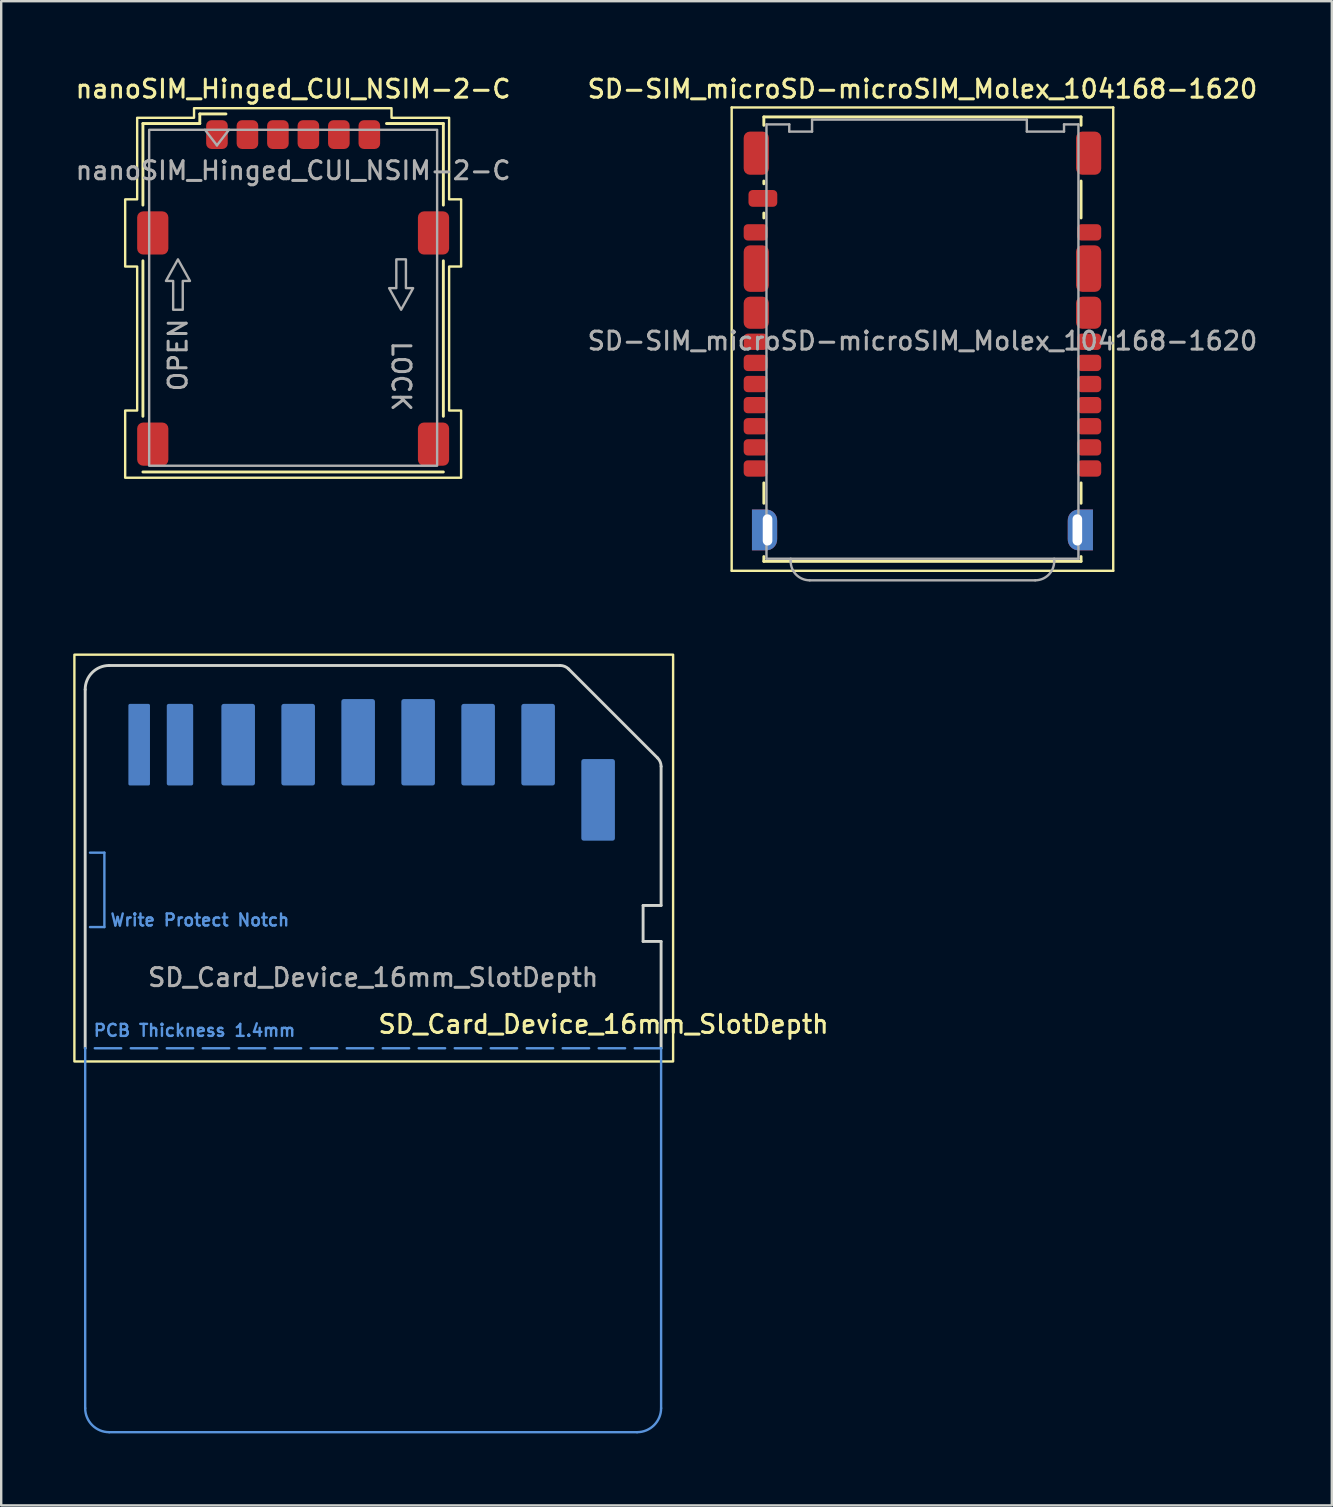
<source format=kicad_pcb>
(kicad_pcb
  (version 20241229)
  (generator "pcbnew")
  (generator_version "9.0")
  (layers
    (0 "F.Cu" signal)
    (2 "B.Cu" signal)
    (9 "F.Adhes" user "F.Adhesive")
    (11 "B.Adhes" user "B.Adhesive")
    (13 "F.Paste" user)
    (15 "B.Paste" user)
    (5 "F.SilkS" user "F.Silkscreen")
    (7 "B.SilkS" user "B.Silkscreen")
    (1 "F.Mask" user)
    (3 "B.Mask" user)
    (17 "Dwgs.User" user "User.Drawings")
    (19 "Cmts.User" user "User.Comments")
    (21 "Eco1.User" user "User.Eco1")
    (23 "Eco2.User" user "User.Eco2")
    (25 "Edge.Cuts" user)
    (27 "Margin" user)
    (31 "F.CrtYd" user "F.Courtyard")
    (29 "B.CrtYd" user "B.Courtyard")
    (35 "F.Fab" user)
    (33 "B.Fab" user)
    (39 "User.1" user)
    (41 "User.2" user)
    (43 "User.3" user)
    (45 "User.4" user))
  (footprint "nanoSIM_Hinged_CUI_NSIM-2-C"
    (layer "F.Cu")
    (at 9.166 9.358)
    (property "Reference" "nanoSIM_Hinged_CUI_NSIM-2-C" (at 0 -8.7 0) (layer "F.SilkS") (effects (font (size 0.75 0.75) (thickness 0.125))))
    (attr smd)
    (fp_line (start -6.26 -7.26) (end -6.26 -3.86) (stroke (width 0.12) (type default)) (layer "F.SilkS"))
    (fp_line (start -6.26 -1.54) (end -6.26 4.94) (stroke (width 0.12) (type default)) (layer "F.SilkS"))
    (fp_line (start -6.26 7.26) (end 6.26 7.26) (stroke (width 0.12) (type default)) (layer "F.SilkS"))
    (fp_line (start -3.89 -7.66) (end -2.8 -7.66) (stroke (width 0.12) (type default)) (layer "F.SilkS"))
    (fp_line (start -3.89 -7.26) (end -6.26 -7.26) (stroke (width 0.12) (type default)) (layer "F.SilkS"))
    (fp_line (start -3.89 -7.26) (end -3.89 -7.66) (stroke (width 0.12) (type default)) (layer "F.SilkS"))
    (fp_line (start 6.26 -7.26) (end 3.89 -7.26) (stroke (width 0.12) (type default)) (layer "F.SilkS"))
    (fp_line (start 6.26 -7.26) (end 6.26 -3.86) (stroke (width 0.12) (type default)) (layer "F.SilkS"))
    (fp_line (start 6.26 -1.54) (end 6.26 4.94) (stroke (width 0.12) (type default)) (layer "F.SilkS"))
    (fp_poly (pts (xy -6.5 -7.5) (xy -4.13 -7.5) (xy -4.13 -7.9) (xy 4.1 -7.9) (xy 4.1 -7.5) (xy 6.5 -7.5) (xy 6.5 -4.1) (xy 7 -4.1) (xy 7 -1.3) (xy 6.5 -1.3) (xy 6.5 4.7) (xy 7 4.7) (xy 7 7.5) (xy -7 7.5) (xy -7 4.7) (xy -6.5 4.7) (xy -6.5 -1.3) (xy -7 -1.3) (xy -7 -4.1) (xy -6.5 -4.1)) (stroke (width 0.1) (type solid)) (fill no) (layer "F.SilkS"))
    (fp_line (start -3.675 -7) (end -3.175 -6.35) (stroke (width 0.1) (type default)) (layer "F.Fab"))
    (fp_line (start -3.175 -6.35) (end -2.675 -7) (stroke (width 0.1) (type default)) (layer "F.Fab"))
    (fp_rect (start -6 -7) (end 6 7) (stroke (width 0.1) (type default)) (fill no) (layer "F.Fab"))
    (fp_poly (pts (xy -5 0.5) (xy -5 -0.7) (xy -5.3 -0.7) (xy -4.8 -1.6) (xy -4.3 -0.7) (xy -4.6 -0.7) (xy -4.6 0.5)) (stroke (width 0.1) (type solid)) (fill no) (layer "F.Fab"))
    (fp_poly (pts (xy 4.7 -1.6) (xy 4.7 -0.4) (xy 5 -0.4) (xy 4.5 0.5) (xy 4 -0.4) (xy 4.3 -0.4) (xy 4.3 -1.6)) (stroke (width 0.1) (type solid)) (fill no) (layer "F.Fab"))
    (fp_text user "OPEN" (at -4.8 0.8 90) (unlocked yes) (layer "F.Fab") (effects (font (size 0.75 0.75) (thickness 0.125)) (justify right)))
    (fp_text user "${REFERENCE}" (at 0 -5.3 0) (layer "F.Fab") (effects (font (size 0.75 0.75) (thickness 0.125))))
    (fp_text user "LOCK" (at 4.5 4.8 270) (unlocked yes) (layer "F.Fab") (effects (font (size 0.75 0.75) (thickness 0.125)) (justify right)))
    (pad "1" smd roundrect (at -3.175 -6.8) (size 0.9 1.2) (layers "F.Cu" "F.Mask" "F.Paste") (roundrect_rratio 0.25))
    (pad "2" smd roundrect (at -0.635 -6.8) (size 0.9 1.2) (layers "F.Cu" "F.Mask" "F.Paste") (roundrect_rratio 0.25))
    (pad "3" smd roundrect (at 1.905 -6.8) (size 0.9 1.2) (layers "F.Cu" "F.Mask" "F.Paste") (roundrect_rratio 0.25))
    (pad "5" smd roundrect (at -1.905 -6.8) (size 0.9 1.2) (layers "F.Cu" "F.Mask" "F.Paste") (roundrect_rratio 0.25))
    (pad "6" smd roundrect (at 0.635 -6.8) (size 0.9 1.2) (layers "F.Cu" "F.Mask" "F.Paste") (roundrect_rratio 0.25))
    (pad "7" smd roundrect (at 3.175 -6.8) (size 0.9 1.2) (layers "F.Cu" "F.Mask" "F.Paste") (roundrect_rratio 0.25))
    (pad "CD" smd roundrect (at -5.85 6.1) (size 1.3 1.8) (layers "F.Cu" "F.Mask" "F.Paste") (roundrect_rratio 0.192))
    (pad "SH" smd roundrect (at -5.85 -2.7) (size 1.3 1.8) (layers "F.Cu" "F.Mask" "F.Paste") (roundrect_rratio 0.192))
    (pad "SH" smd roundrect (at 5.85 -2.7) (size 1.3 1.8) (layers "F.Cu" "F.Mask" "F.Paste") (roundrect_rratio 0.192))
    (pad "SH" smd roundrect (at 5.85 6.1) (size 1.3 1.8) (layers "F.Cu" "F.Mask" "F.Paste") (roundrect_rratio 0.192))
    (zone (net_name "") (layer "F.Cu") (hatch edge 0.5) (connect_pads) (min_thickness 0.25) (filled_areas_thickness no) (keepout (tracks allowed) (vias not_allowed) (pads not_allowed) (copperpour allowed) (footprints allowed)) (placement (enabled no)) (fill) (polygon (pts (xy 5.276 11.958) (xy 5.276 15.658) (xy 7.676 15.658) (xy 7.676 11.958))))
    (zone (net_name "") (layer "F.Cu") (hatch edge 0.5) (connect_pads) (min_thickness 0.25) (filled_areas_thickness no) (keepout (tracks allowed) (vias not_allowed) (pads not_allowed) (copperpour allowed) (footprints allowed)) (placement (enabled no)) (fill) (polygon (pts (xy 5.976 4.958) (xy 5.976 8.658) (xy 7.276 8.658) (xy 7.276 4.958))))
    (zone (net_name "") (layer "F.Cu") (hatch edge 0.5) (connect_pads) (min_thickness 0.25) (filled_areas_thickness no) (keepout (tracks allowed) (vias not_allowed) (pads not_allowed) (copperpour allowed) (footprints allowed)) (placement (enabled no)) (fill) (polygon (pts (xy 8.516 4.958) (xy 8.516 8.658) (xy 9.816 8.658) (xy 9.816 4.958))))
    (zone (net_name "") (layer "F.Cu") (hatch edge 0.5) (connect_pads) (min_thickness 0.25) (filled_areas_thickness no) (keepout (tracks allowed) (vias not_allowed) (pads not_allowed) (copperpour allowed) (footprints allowed)) (placement (enabled no)) (fill) (polygon (pts (xy 8.516 11.958) (xy 8.516 15.658) (xy 9.816 15.658) (xy 9.816 11.958))))
    (zone (net_name "") (layer "F.Cu") (hatch edge 0.5) (connect_pads) (min_thickness 0.25) (filled_areas_thickness no) (keepout (tracks allowed) (vias not_allowed) (pads not_allowed) (copperpour allowed) (footprints allowed)) (placement (enabled no)) (fill) (polygon (pts (xy 11.056 4.958) (xy 11.056 8.658) (xy 12.356 8.658) (xy 12.356 4.958))))
    (zone (net_name "") (layer "F.Cu") (hatch edge 0.5) (connect_pads) (min_thickness 0.25) (filled_areas_thickness no) (keepout (tracks allowed) (vias not_allowed) (pads not_allowed) (copperpour allowed) (footprints allowed)) (placement (enabled no)) (fill) (polygon (pts (xy 11.056 11.958) (xy 11.056 15.658) (xy 12.356 15.658) (xy 12.356 11.958)))))
  (footprint "SD-SIM_microSD-microSIM_Molex_104168-1620"
    (layer "F.Cu")
    (at 35.391 11.158)
    (property "Reference" "SD-SIM_microSD-microSIM_Molex_104168-1620" (at 0 -10.5 0) (layer "F.SilkS") (effects (font (size 0.75 0.75) (thickness 0.125))))
    (attr smd)
    (fp_line (start -7.95 -9.73) (end -7.95 9.58) (stroke (width 0.1) (type solid)) (layer "F.SilkS"))
    (fp_line (start -7.95 -9.73) (end 7.95 -9.73) (stroke (width 0.1) (type solid)) (layer "F.SilkS"))
    (fp_line (start -7.95 9.58) (end 7.95 9.58) (stroke (width 0.1) (type solid)) (layer "F.SilkS"))
    (fp_line (start -6.61 -9.335) (end 6.61 -9.335) (stroke (width 0.12) (type solid)) (layer "F.SilkS"))
    (fp_line (start -6.61 -8.985) (end -6.61 -9.335) (stroke (width 0.12) (type solid)) (layer "F.SilkS"))
    (fp_line (start -6.61 -6.665) (end -6.61 -6.55) (stroke (width 0.12) (type solid)) (layer "F.SilkS"))
    (fp_line (start -6.61 -5.33) (end -6.61 -5.125) (stroke (width 0.12) (type solid)) (layer "F.SilkS"))
    (fp_line (start -6.61 5.915) (end -6.61 6.765) (stroke (width 0.12) (type solid)) (layer "F.SilkS"))
    (fp_line (start -6.61 8.985) (end -6.61 9.185) (stroke (width 0.12) (type solid)) (layer "F.SilkS"))
    (fp_line (start -6.61 9.185) (end 6.61 9.185) (stroke (width 0.12) (type solid)) (layer "F.SilkS"))
    (fp_line (start 6.61 -8.985) (end 6.61 -9.335) (stroke (width 0.12) (type solid)) (layer "F.SilkS"))
    (fp_line (start 6.61 -6.665) (end 6.61 -5.125) (stroke (width 0.12) (type solid)) (layer "F.SilkS"))
    (fp_line (start 6.61 5.915) (end 6.61 6.765) (stroke (width 0.12) (type solid)) (layer "F.SilkS"))
    (fp_line (start 6.61 8.985) (end 6.61 9.185) (stroke (width 0.12) (type solid)) (layer "F.SilkS"))
    (fp_line (start 7.95 -9.73) (end 7.95 9.58) (stroke (width 0.1) (type solid)) (layer "F.SilkS"))
    (fp_line (start -6.5 -9.025) (end -6.5 9.075) (stroke (width 0.1) (type solid)) (layer "F.Fab"))
    (fp_line (start -6.5 -9.025) (end -5.55 -9.025) (stroke (width 0.1) (type solid)) (layer "F.Fab"))
    (fp_line (start -6.5 9.075) (end 6.5 9.075) (stroke (width 0.1) (type solid)) (layer "F.Fab"))
    (fp_line (start -5.55 -9.025) (end -5.55 -8.725) (stroke (width 0.1) (type solid)) (layer "F.Fab"))
    (fp_line (start -5.55 -8.725) (end -4.6 -8.725) (stroke (width 0.1) (type solid)) (layer "F.Fab"))
    (fp_line (start -5.49 9.075) (end -5.49 9.185) (stroke (width 0.1) (type solid)) (layer "F.Fab"))
    (fp_line (start -4.7 9.975) (end 4.7 9.975) (stroke (width 0.1) (type solid)) (layer "F.Fab"))
    (fp_line (start -4.6 -9.225) (end -4.6 -8.725) (stroke (width 0.1) (type solid)) (layer "F.Fab"))
    (fp_line (start -4.6 -9.225) (end 4.35 -9.225) (stroke (width 0.1) (type solid)) (layer "F.Fab"))
    (fp_line (start 4.35 -9.225) (end 4.35 -8.725) (stroke (width 0.1) (type solid)) (layer "F.Fab"))
    (fp_line (start 4.35 -8.725) (end 5.9 -8.725) (stroke (width 0.1) (type solid)) (layer "F.Fab"))
    (fp_line (start 5.49 9.075) (end 5.49 9.185) (stroke (width 0.1) (type solid)) (layer "F.Fab"))
    (fp_line (start 5.9 -9.025) (end 5.9 -8.725) (stroke (width 0.1) (type solid)) (layer "F.Fab"))
    (fp_line (start 5.9 -9.025) (end 6.5 -9.025) (stroke (width 0.1) (type solid)) (layer "F.Fab"))
    (fp_line (start 6.5 -9.025) (end 6.5 9.075) (stroke (width 0.1) (type solid)) (layer "F.Fab"))
    (fp_arc (start -4.7 9.975) (mid -5.258614 9.743614) (end -5.49 9.185) (stroke (width 0.1) (type solid)) (layer "F.Fab"))
    (fp_arc (start 5.49 9.185) (mid 5.258614 9.743614) (end 4.7 9.975) (stroke (width 0.1) (type solid)) (layer "F.Fab"))
    (fp_text user "${REFERENCE}" (at 0 0 0) (layer "F.Fab") (effects (font (size 0.75 0.75) (thickness 0.125))))
    (pad "C1" smd roundrect (at 6.95 -4.525) (size 1 0.68) (layers "F.Cu" "F.Mask" "F.Paste") (roundrect_rratio 0.25))
    (pad "C2" smd roundrect (at 6.95 0.035) (size 1 0.68) (layers "F.Cu" "F.Mask" "F.Paste") (roundrect_rratio 0.25))
    (pad "C3" smd roundrect (at 6.95 0.915) (size 1 0.68) (layers "F.Cu" "F.Mask" "F.Paste") (roundrect_rratio 0.25))
    (pad "C4" smd roundrect (at 6.95 2.675) (size 1 0.68) (layers "F.Cu" "F.Mask" "F.Paste") (roundrect_rratio 0.25))
    (pad "C5" smd roundrect (at -6.95 2.675) (size 1 0.68) (layers "F.Cu" "F.Mask" "F.Paste") (roundrect_rratio 0.25))
    (pad "C6" smd roundrect (at -6.95 0.915) (size 1 0.68) (layers "F.Cu" "F.Mask" "F.Paste") (roundrect_rratio 0.25))
    (pad "C7" smd roundrect (at -6.95 0.035) (size 1 0.68) (layers "F.Cu" "F.Mask" "F.Paste") (roundrect_rratio 0.25))
    (pad "C8" smd roundrect (at -6.95 -4.525) (size 1 0.68) (layers "F.Cu" "F.Mask" "F.Paste") (roundrect_rratio 0.25))
    (pad "S1" smd roundrect (at 6.95 5.315) (size 1 0.68) (layers "F.Cu" "F.Mask" "F.Paste") (roundrect_rratio 0.25))
    (pad "S2" smd roundrect (at 6.95 4.435) (size 1 0.68) (layers "F.Cu" "F.Mask" "F.Paste") (roundrect_rratio 0.25))
    (pad "S3" smd roundrect (at -6.95 4.435) (size 1 0.68) (layers "F.Cu" "F.Mask" "F.Paste") (roundrect_rratio 0.25))
    (pad "S4" smd roundrect (at -6.95 5.315) (size 1 0.68) (layers "F.Cu" "F.Mask" "F.Paste") (roundrect_rratio 0.25))
    (pad "S5" smd roundrect (at 6.95 1.795) (size 1 0.68) (layers "F.Cu" "F.Mask" "F.Paste") (roundrect_rratio 0.25))
    (pad "S6" smd roundrect (at 6.95 3.555) (size 1 0.68) (layers "F.Cu" "F.Mask" "F.Paste") (roundrect_rratio 0.25))
    (pad "S7" smd roundrect (at -6.95 3.555) (size 1 0.68) (layers "F.Cu" "F.Mask" "F.Paste") (roundrect_rratio 0.25))
    (pad "S8" smd roundrect (at -6.95 1.795) (size 1 0.68) (layers "F.Cu" "F.Mask" "F.Paste") (roundrect_rratio 0.25))
    (pad "SH" smd roundrect (at -6.925 -7.825) (size 1.05 1.8) (layers "F.Cu" "F.Mask" "F.Paste") (roundrect_rratio 0.25))
    (pad "SH" smd roundrect (at -6.925 -3.015) (size 1.05 1.94) (layers "F.Cu" "F.Mask" "F.Paste") (roundrect_rratio 0.25))
    (pad "SH" smd roundrect (at -6.925 -1.175) (size 1.05 1.34) (layers "F.Cu" "F.Mask" "F.Paste") (roundrect_rratio 0.25))
    (pad "SH" thru_hole custom (at -6.455 7.875) (size 0.5 1.4) (drill oval 0.4 1.3) (layers "*.Cu" "*.Mask" "F.Paste") (options (anchor rect)) (primitives (gr_poly (pts (xy 0.4 -0.4) (xy 0 -0.4) (xy 0 -0.85) (xy -0.65 -0.85) (xy -0.65 0.85) (xy 0 0.85) (xy 0 0.4) (xy 0.4 0.4)) (width 0) (fill yes)) (gr_circle (center -0.05 0.4) (end 0.4 0.4) (width 0) (fill yes)) (gr_circle (center -0.05 -0.4) (end 0.4 -0.4) (width 0) (fill yes))))
    (pad "SH" thru_hole custom (at 6.455 7.875) (size 0.5 1.4) (drill oval 0.4 1.3) (layers "*.Cu" "*.Mask" "F.Paste") (options (anchor rect)) (primitives (gr_poly (pts (xy -0.4 -0.4) (xy 0 -0.4) (xy 0 -0.85) (xy 0.65 -0.85) (xy 0.65 0.85) (xy 0 0.85) (xy 0 0.4) (xy -0.4 0.4)) (width 0) (fill yes)) (gr_circle (center 0.05 0.4) (end 0.5 0.4) (width 0) (fill yes)) (gr_circle (center 0.05 -0.4) (end 0.5 -0.4) (width 0) (fill yes))))
    (pad "SH" smd roundrect (at 6.925 -7.825) (size 1.05 1.8) (layers "F.Cu" "F.Mask" "F.Paste") (roundrect_rratio 0.25))
    (pad "SH" smd roundrect (at 6.925 -3.015) (size 1.05 1.94) (layers "F.Cu" "F.Mask" "F.Paste") (roundrect_rratio 0.25))
    (pad "SH" smd roundrect (at 6.925 -1.175) (size 1.05 1.34) (layers "F.Cu" "F.Mask" "F.Paste") (roundrect_rratio 0.25))
    (pad "SW" smd roundrect (at -6.65 -5.94) (size 1.2 0.7) (layers "F.Cu" "F.Mask" "F.Paste") (roundrect_rratio 0.25))
    (zone (net_name "") (layer "F.Cu") (hatch edge 0.5) (connect_pads) (min_thickness 0.25) (filled_areas_thickness no) (keepout (tracks not_allowed) (vias not_allowed) (pads not_allowed) (copperpour not_allowed) (footprints allowed)) (placement (enabled no)) (fill) (polygon (pts (xy 29.401 2.433) (xy 41.381 2.433) (xy 41.381 20.123) (xy 29.401 20.123)))))
  (footprint "SD_Card_Device_16mm_SlotDepth"
    (layer "F.Cu")
    (at 12.5 40.683)
    (property "Reference" "SD_Card_Device_16mm_SlotDepth" (at 9.6 -1.05 0) (unlocked yes) (layer "F.SilkS") (effects (font (size 0.75 0.75) (thickness 0.125))))
    (attr exclude_from_pos_files exclude_from_bom)
    (fp_poly (pts (xy -11.9 -15.95) (xy 7.95 -15.95) (xy 11.95 -11.95) (xy 11.95 -8.65) (xy 7.65 -8.65) (xy 7.65 -10.95) (xy -11.9 -10.95)) (stroke (width 0.1) (type solid)) (fill yes) (layer "B.Mask"))
    (fp_rect (start -12.45 -16.45) (end 12.5 0.5) (stroke (width 0.1) (type default)) (fill no) (layer "F.SilkS"))
    (fp_line (start -12 14.95) (end -12 -0.05) (stroke (width 0.1) (type default)) (layer "Cmts.User"))
    (fp_line (start -11.8 -8.2) (end -11.2 -8.2) (stroke (width 0.1) (type default)) (layer "Cmts.User"))
    (fp_line (start -11.2 -8.2) (end -11.2 -5.1) (stroke (width 0.1) (type default)) (layer "Cmts.User"))
    (fp_line (start -11.2 -5.1) (end -11.8 -5.1) (stroke (width 0.1) (type default)) (layer "Cmts.User"))
    (fp_line (start 11 15.95) (end -11 15.95) (stroke (width 0.1) (type default)) (layer "Cmts.User"))
    (fp_line (start 12 -0.05) (end -12 -0.05) (stroke (width 0.1) (type dash)) (layer "Cmts.User"))
    (fp_line (start 12 -0.05) (end 12 14.95) (stroke (width 0.1) (type default)) (layer "Cmts.User"))
    (fp_arc (start -11 15.95) (mid -11.707107 15.657107) (end -12 14.95) (stroke (width 0.1) (type default)) (layer "Cmts.User"))
    (fp_arc (start 12 14.95) (mid 11.707107 15.657107) (end 11 15.95) (stroke (width 0.1) (type default)) (layer "Cmts.User"))
    (fp_line (start -12 -0.05) (end -12 -15) (stroke (width 0.12) (type default)) (layer "Edge.Cuts"))
    (fp_line (start -11 -16) (end 7.793 -16) (stroke (width 0.12) (type default)) (layer "Edge.Cuts"))
    (fp_line (start 8.146 -15.854) (end 11.854 -12.146) (stroke (width 0.12) (type default)) (layer "Edge.Cuts"))
    (fp_line (start 11.25 -6) (end 11.25 -4.5) (stroke (width 0.12) (type default)) (layer "Edge.Cuts"))
    (fp_line (start 11.25 -4.5) (end 12 -4.5) (stroke (width 0.12) (type default)) (layer "Edge.Cuts"))
    (fp_line (start 12 -11.793) (end 12 -6) (stroke (width 0.12) (type default)) (layer "Edge.Cuts"))
    (fp_line (start 12 -6) (end 11.25 -6) (stroke (width 0.12) (type default)) (layer "Edge.Cuts"))
    (fp_line (start 12 -4.5) (end 12 -0.05) (stroke (width 0.12) (type default)) (layer "Edge.Cuts"))
    (fp_arc (start -12 -15) (mid -11.707107 -15.707107) (end -11 -16) (stroke (width 0.12) (type default)) (layer "Edge.Cuts"))
    (fp_arc (start 7.792893 -16) (mid 7.984235 -15.96194) (end 8.146447 -15.853553) (stroke (width 0.12) (type default)) (layer "Edge.Cuts"))
    (fp_arc (start 11.853554 -12.146446) (mid 11.96194 -11.984234) (end 12 -11.792893) (stroke (width 0.12) (type default)) (layer "Edge.Cuts"))
    (fp_text user "PCB Thickness 1.4mm" (at -11.7 -0.5 0) (unlocked yes) (layer "Cmts.User") (effects (font (size 0.5 0.5) (thickness 0.1) (bold yes)) (justify left bottom)))
    (fp_text user "Write Protect Notch" (at -11 -5.1 0) (unlocked yes) (layer "Cmts.User") (effects (font (size 0.5 0.5) (thickness 0.1) (bold yes)) (justify left bottom)))
    (fp_text user "${REFERENCE}" (at 0 -3 0) (unlocked yes) (layer "F.Fab") (effects (font (size 0.75 0.75) (thickness 0.125))))
    (pad "1" connect roundrect (at 6.875 -12.7) (size 1.4 3.4) (layers "B.Cu" "B.Mask") (roundrect_rratio 0.071))
    (pad "2" connect roundrect (at 4.375 -12.7) (size 1.4 3.4) (layers "B.Cu" "B.Mask") (roundrect_rratio 0.071))
    (pad "3" connect roundrect (at 1.875 -12.8) (size 1.4 3.6) (layers "B.Cu" "B.Mask") (roundrect_rratio 0.071))
    (pad "4" connect roundrect (at -0.625 -12.8) (size 1.4 3.6) (layers "B.Cu" "B.Mask") (roundrect_rratio 0.071))
    (pad "5" connect roundrect (at -3.125 -12.7) (size 1.4 3.4) (layers "B.Cu" "B.Mask") (roundrect_rratio 0.071))
    (pad "6" connect roundrect (at -5.625 -12.7) (size 1.4 3.4) (layers "B.Cu" "B.Mask") (roundrect_rratio 0.071))
    (pad "7" connect roundrect (at -8.05 -12.7) (size 1.1 3.4) (layers "B.Cu" "B.Mask") (roundrect_rratio 0.071))
    (pad "8" connect roundrect (at -9.75 -12.7) (size 0.9 3.4) (layers "B.Cu" "B.Mask") (roundrect_rratio 0.071))
    (pad "9" connect roundrect (at 9.375 -10.4) (size 1.4 3.4) (layers "B.Cu" "B.Mask") (roundrect_rratio 0.071))
    (zone (net_name "") (layers "F.Cu" "B.Cu") (hatch edge 0.5) (connect_pads) (min_thickness 0.25) (filled_areas_thickness no) (keepout (tracks allowed) (vias allowed) (pads allowed) (copperpour allowed) (footprints not_allowed)) (placement (enabled no)) (fill) (polygon (pts (xy 0.55 29.833) (xy 20.05 29.833) (xy 20.05 32.133) (xy 24.45 32.133) (xy 24.45 34.633) (xy 23.7 34.633) (xy 23.7 36.233) (xy 24.45 36.233) (xy 24.45 40.583) (xy 0.55 40.583)))))
  (gr_rect
    (start -3 -3)
    (end 52.45 59.683)
    (stroke (width 0.1) (type default))
    (fill no)
    (layer "Edge.Cuts")))
</source>
